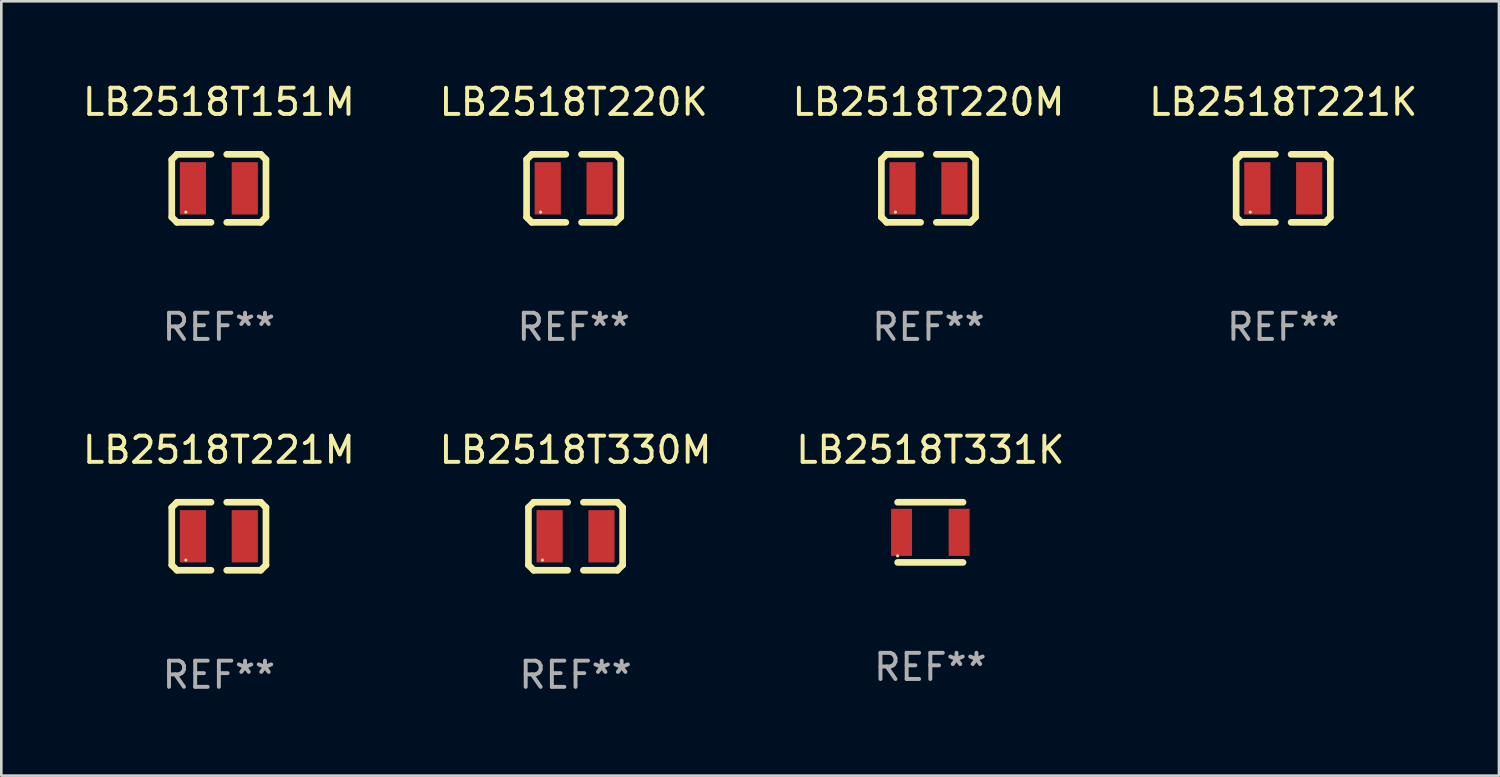
<source format=kicad_pcb>
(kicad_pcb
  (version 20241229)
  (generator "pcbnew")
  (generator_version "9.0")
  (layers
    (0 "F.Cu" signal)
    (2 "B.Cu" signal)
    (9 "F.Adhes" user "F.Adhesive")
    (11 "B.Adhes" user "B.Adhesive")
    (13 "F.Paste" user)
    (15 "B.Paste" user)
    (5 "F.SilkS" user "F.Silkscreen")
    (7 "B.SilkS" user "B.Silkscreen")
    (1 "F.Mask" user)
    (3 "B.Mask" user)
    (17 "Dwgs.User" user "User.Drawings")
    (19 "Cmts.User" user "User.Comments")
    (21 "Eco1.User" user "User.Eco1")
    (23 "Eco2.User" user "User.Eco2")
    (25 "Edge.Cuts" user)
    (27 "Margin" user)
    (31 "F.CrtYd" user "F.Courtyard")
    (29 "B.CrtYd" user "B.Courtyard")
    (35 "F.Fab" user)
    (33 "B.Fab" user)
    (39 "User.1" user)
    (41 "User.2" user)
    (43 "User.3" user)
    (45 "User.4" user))
  (footprint "LB2518T220M"
    (layer "F.Cu")
    (at 32.435 4.148)
    (property "Reference" "LB2518T220M" (at 0 -3.3 0) (layer "F.SilkS") (effects (font (size 1 1) (thickness 0.15))))
    (attr through_hole)
    (fp_line (start -1.8 -1.1) (end -1.8 1.1) (stroke (width 0.254) (type solid)) (layer "F.SilkS"))
    (fp_line (start -1.8 1.1) (end -1.6 1.3) (stroke (width 0.254) (type solid)) (layer "F.SilkS"))
    (fp_line (start -1.6 -1.3) (end -1.8 -1.1) (stroke (width 0.254) (type solid)) (layer "F.SilkS"))
    (fp_line (start -1.6 1.3) (end -0.3 1.3) (stroke (width 0.254) (type solid)) (layer "F.SilkS"))
    (fp_line (start -0.3 -1.3) (end -1.6 -1.3) (stroke (width 0.254) (type solid)) (layer "F.SilkS"))
    (fp_line (start 0.3 1.3) (end 1.6 1.3) (stroke (width 0.254) (type solid)) (layer "F.SilkS"))
    (fp_line (start 1.6 -1.3) (end 0.3 -1.3) (stroke (width 0.254) (type solid)) (layer "F.SilkS"))
    (fp_line (start 1.6 1.3) (end 1.8 1.1) (stroke (width 0.254) (type solid)) (layer "F.SilkS"))
    (fp_line (start 1.8 -1.1) (end 1.6 -1.3) (stroke (width 0.254) (type solid)) (layer "F.SilkS"))
    (fp_line (start 1.8 1.1) (end 1.8 -1.1) (stroke (width 0.254) (type solid)) (layer "F.SilkS"))
    (fp_circle (center -1.262 0.909) (end -1.232 0.909) (stroke (width 0.06) (type solid)) (fill no) (layer "F.SilkS"))
    (fp_text user "REF**" (at 0 5.3 0) (layer "F.Fab") (effects (font (size 1 1) (thickness 0.15))))
    (pad "1" smd rect (at -0.991 -0.00014 90) (size 1.999 1) (layers "F.Cu" "F.Mask" "F.Paste"))
    (pad "2" smd rect (at 0.991 -0.00014 90) (size 1.999 1) (layers "F.Cu" "F.Mask" "F.Paste")))
  (footprint "LB2518T221M"
    (layer "F.Cu")
    (at 5.315 17.445)
    (property "Reference" "LB2518T221M" (at 0 -3.3 0) (layer "F.SilkS") (effects (font (size 1 1) (thickness 0.15))))
    (attr through_hole)
    (fp_line (start -1.8 -1.1) (end -1.8 1.1) (stroke (width 0.254) (type solid)) (layer "F.SilkS"))
    (fp_line (start -1.8 1.1) (end -1.6 1.3) (stroke (width 0.254) (type solid)) (layer "F.SilkS"))
    (fp_line (start -1.6 -1.3) (end -1.8 -1.1) (stroke (width 0.254) (type solid)) (layer "F.SilkS"))
    (fp_line (start -1.6 1.3) (end -0.3 1.3) (stroke (width 0.254) (type solid)) (layer "F.SilkS"))
    (fp_line (start -0.3 -1.3) (end -1.6 -1.3) (stroke (width 0.254) (type solid)) (layer "F.SilkS"))
    (fp_line (start 0.3 1.3) (end 1.6 1.3) (stroke (width 0.254) (type solid)) (layer "F.SilkS"))
    (fp_line (start 1.6 -1.3) (end 0.3 -1.3) (stroke (width 0.254) (type solid)) (layer "F.SilkS"))
    (fp_line (start 1.6 1.3) (end 1.8 1.1) (stroke (width 0.254) (type solid)) (layer "F.SilkS"))
    (fp_line (start 1.8 -1.1) (end 1.6 -1.3) (stroke (width 0.254) (type solid)) (layer "F.SilkS"))
    (fp_line (start 1.8 1.1) (end 1.8 -1.1) (stroke (width 0.254) (type solid)) (layer "F.SilkS"))
    (fp_circle (center -1.262 0.909) (end -1.232 0.909) (stroke (width 0.06) (type solid)) (fill no) (layer "F.SilkS"))
    (fp_text user "REF**" (at 0 5.3 0) (layer "F.Fab") (effects (font (size 1 1) (thickness 0.15))))
    (pad "1" smd rect (at -0.991 -0.00014 90) (size 1.999 1) (layers "F.Cu" "F.Mask" "F.Paste"))
    (pad "2" smd rect (at 0.991 -0.00014 90) (size 1.999 1) (layers "F.Cu" "F.Mask" "F.Paste")))
  (footprint "LB2518T151M"
    (layer "F.Cu")
    (at 5.315 4.148)
    (property "Reference" "LB2518T151M" (at 0 -3.3 0) (layer "F.SilkS") (effects (font (size 1 1) (thickness 0.15))))
    (attr through_hole)
    (fp_line (start -1.8 -1.1) (end -1.8 1.1) (stroke (width 0.254) (type solid)) (layer "F.SilkS"))
    (fp_line (start -1.8 1.1) (end -1.6 1.3) (stroke (width 0.254) (type solid)) (layer "F.SilkS"))
    (fp_line (start -1.6 -1.3) (end -1.8 -1.1) (stroke (width 0.254) (type solid)) (layer "F.SilkS"))
    (fp_line (start -1.6 1.3) (end -0.3 1.3) (stroke (width 0.254) (type solid)) (layer "F.SilkS"))
    (fp_line (start -0.3 -1.3) (end -1.6 -1.3) (stroke (width 0.254) (type solid)) (layer "F.SilkS"))
    (fp_line (start 0.3 1.3) (end 1.6 1.3) (stroke (width 0.254) (type solid)) (layer "F.SilkS"))
    (fp_line (start 1.6 -1.3) (end 0.3 -1.3) (stroke (width 0.254) (type solid)) (layer "F.SilkS"))
    (fp_line (start 1.6 1.3) (end 1.8 1.1) (stroke (width 0.254) (type solid)) (layer "F.SilkS"))
    (fp_line (start 1.8 -1.1) (end 1.6 -1.3) (stroke (width 0.254) (type solid)) (layer "F.SilkS"))
    (fp_line (start 1.8 1.1) (end 1.8 -1.1) (stroke (width 0.254) (type solid)) (layer "F.SilkS"))
    (fp_circle (center -1.262 0.909) (end -1.232 0.909) (stroke (width 0.06) (type solid)) (fill no) (layer "F.SilkS"))
    (fp_text user "REF**" (at 0 5.3 0) (layer "F.Fab") (effects (font (size 1 1) (thickness 0.15))))
    (pad "1" smd rect (at -0.991 -0.00014 90) (size 1.999 1) (layers "F.Cu" "F.Mask" "F.Paste"))
    (pad "2" smd rect (at 0.991 -0.00014 90) (size 1.999 1) (layers "F.Cu" "F.Mask" "F.Paste")))
  (footprint "LB2518T331K"
    (layer "F.Cu")
    (at 32.506 17.295)
    (property "Reference" "LB2518T331K" (at 0 -3.15 0) (layer "F.SilkS") (effects (font (size 1 1) (thickness 0.15))))
    (attr through_hole)
    (fp_line (start -1.25 -1.15) (end 1.25 -1.15) (stroke (width 0.254) (type solid)) (layer "F.SilkS"))
    (fp_line (start -1.25 1.15) (end 1.25 1.15) (stroke (width 0.254) (type solid)) (layer "F.SilkS"))
    (fp_circle (center -1.25 0.9) (end -1.22 0.9) (stroke (width 0.06) (type solid)) (fill no) (layer "F.SilkS"))
    (fp_text user "REF**" (at 0 5.15 0) (layer "F.Fab") (effects (font (size 1 1) (thickness 0.15))))
    (pad "1" smd rect (at -1.1 0 90) (size 1.8 0.8) (layers "F.Cu" "F.Mask" "F.Paste"))
    (pad "2" smd rect (at 1.1 0 90) (size 1.8 0.8) (layers "F.Cu" "F.Mask" "F.Paste")))
  (footprint "LB2518T330M"
    (layer "F.Cu")
    (at 18.946 17.445)
    (property "Reference" "LB2518T330M" (at 0 -3.3 0) (layer "F.SilkS") (effects (font (size 1 1) (thickness 0.15))))
    (attr through_hole)
    (fp_line (start -1.8 -1.1) (end -1.8 1.1) (stroke (width 0.254) (type solid)) (layer "F.SilkS"))
    (fp_line (start -1.8 1.1) (end -1.6 1.3) (stroke (width 0.254) (type solid)) (layer "F.SilkS"))
    (fp_line (start -1.6 -1.3) (end -1.8 -1.1) (stroke (width 0.254) (type solid)) (layer "F.SilkS"))
    (fp_line (start -1.6 1.3) (end -0.3 1.3) (stroke (width 0.254) (type solid)) (layer "F.SilkS"))
    (fp_line (start -0.3 -1.3) (end -1.6 -1.3) (stroke (width 0.254) (type solid)) (layer "F.SilkS"))
    (fp_line (start 0.3 1.3) (end 1.6 1.3) (stroke (width 0.254) (type solid)) (layer "F.SilkS"))
    (fp_line (start 1.6 -1.3) (end 0.3 -1.3) (stroke (width 0.254) (type solid)) (layer "F.SilkS"))
    (fp_line (start 1.6 1.3) (end 1.8 1.1) (stroke (width 0.254) (type solid)) (layer "F.SilkS"))
    (fp_line (start 1.8 -1.1) (end 1.6 -1.3) (stroke (width 0.254) (type solid)) (layer "F.SilkS"))
    (fp_line (start 1.8 1.1) (end 1.8 -1.1) (stroke (width 0.254) (type solid)) (layer "F.SilkS"))
    (fp_circle (center -1.262 0.909) (end -1.232 0.909) (stroke (width 0.06) (type solid)) (fill no) (layer "F.SilkS"))
    (fp_text user "REF**" (at 0 5.3 0) (layer "F.Fab") (effects (font (size 1 1) (thickness 0.15))))
    (pad "1" smd rect (at -0.991 -0.00014 90) (size 1.999 1) (layers "F.Cu" "F.Mask" "F.Paste"))
    (pad "2" smd rect (at 0.991 -0.00014 90) (size 1.999 1) (layers "F.Cu" "F.Mask" "F.Paste")))
  (footprint "LB2518T220K"
    (layer "F.Cu")
    (at 18.875 4.148)
    (property "Reference" "LB2518T220K" (at 0 -3.3 0) (layer "F.SilkS") (effects (font (size 1 1) (thickness 0.15))))
    (attr through_hole)
    (fp_line (start -1.8 -1.1) (end -1.8 1.1) (stroke (width 0.254) (type solid)) (layer "F.SilkS"))
    (fp_line (start -1.8 1.1) (end -1.6 1.3) (stroke (width 0.254) (type solid)) (layer "F.SilkS"))
    (fp_line (start -1.6 -1.3) (end -1.8 -1.1) (stroke (width 0.254) (type solid)) (layer "F.SilkS"))
    (fp_line (start -1.6 1.3) (end -0.3 1.3) (stroke (width 0.254) (type solid)) (layer "F.SilkS"))
    (fp_line (start -0.3 -1.3) (end -1.6 -1.3) (stroke (width 0.254) (type solid)) (layer "F.SilkS"))
    (fp_line (start 0.3 1.3) (end 1.6 1.3) (stroke (width 0.254) (type solid)) (layer "F.SilkS"))
    (fp_line (start 1.6 -1.3) (end 0.3 -1.3) (stroke (width 0.254) (type solid)) (layer "F.SilkS"))
    (fp_line (start 1.6 1.3) (end 1.8 1.1) (stroke (width 0.254) (type solid)) (layer "F.SilkS"))
    (fp_line (start 1.8 -1.1) (end 1.6 -1.3) (stroke (width 0.254) (type solid)) (layer "F.SilkS"))
    (fp_line (start 1.8 1.1) (end 1.8 -1.1) (stroke (width 0.254) (type solid)) (layer "F.SilkS"))
    (fp_circle (center -1.262 0.909) (end -1.232 0.909) (stroke (width 0.06) (type solid)) (fill no) (layer "F.SilkS"))
    (fp_text user "REF**" (at 0 5.3 0) (layer "F.Fab") (effects (font (size 1 1) (thickness 0.15))))
    (pad "1" smd rect (at -0.991 -0.00014 90) (size 1.999 1) (layers "F.Cu" "F.Mask" "F.Paste"))
    (pad "2" smd rect (at 0.991 -0.00014 90) (size 1.999 1) (layers "F.Cu" "F.Mask" "F.Paste")))
  (footprint "LB2518T221K"
    (layer "F.Cu")
    (at 45.994 4.148)
    (property "Reference" "LB2518T221K" (at 0 -3.3 0) (layer "F.SilkS") (effects (font (size 1 1) (thickness 0.15))))
    (attr through_hole)
    (fp_line (start -1.8 -1.1) (end -1.8 1.1) (stroke (width 0.254) (type solid)) (layer "F.SilkS"))
    (fp_line (start -1.8 1.1) (end -1.6 1.3) (stroke (width 0.254) (type solid)) (layer "F.SilkS"))
    (fp_line (start -1.6 -1.3) (end -1.8 -1.1) (stroke (width 0.254) (type solid)) (layer "F.SilkS"))
    (fp_line (start -1.6 1.3) (end -0.3 1.3) (stroke (width 0.254) (type solid)) (layer "F.SilkS"))
    (fp_line (start -0.3 -1.3) (end -1.6 -1.3) (stroke (width 0.254) (type solid)) (layer "F.SilkS"))
    (fp_line (start 0.3 1.3) (end 1.6 1.3) (stroke (width 0.254) (type solid)) (layer "F.SilkS"))
    (fp_line (start 1.6 -1.3) (end 0.3 -1.3) (stroke (width 0.254) (type solid)) (layer "F.SilkS"))
    (fp_line (start 1.6 1.3) (end 1.8 1.1) (stroke (width 0.254) (type solid)) (layer "F.SilkS"))
    (fp_line (start 1.8 -1.1) (end 1.6 -1.3) (stroke (width 0.254) (type solid)) (layer "F.SilkS"))
    (fp_line (start 1.8 1.1) (end 1.8 -1.1) (stroke (width 0.254) (type solid)) (layer "F.SilkS"))
    (fp_circle (center -1.262 0.909) (end -1.232 0.909) (stroke (width 0.06) (type solid)) (fill no) (layer "F.SilkS"))
    (fp_text user "REF**" (at 0 5.3 0) (layer "F.Fab") (effects (font (size 1 1) (thickness 0.15))))
    (pad "1" smd rect (at -0.991 -0.00014 90) (size 1.999 1) (layers "F.Cu" "F.Mask" "F.Paste"))
    (pad "2" smd rect (at 0.991 -0.00014 90) (size 1.999 1) (layers "F.Cu" "F.Mask" "F.Paste")))
  (gr_rect
    (start -3 -3)
    (end 54.238 26.594)
    (stroke (width 0.1) (type default))
    (fill no)
    (layer "Edge.Cuts")))
</source>
